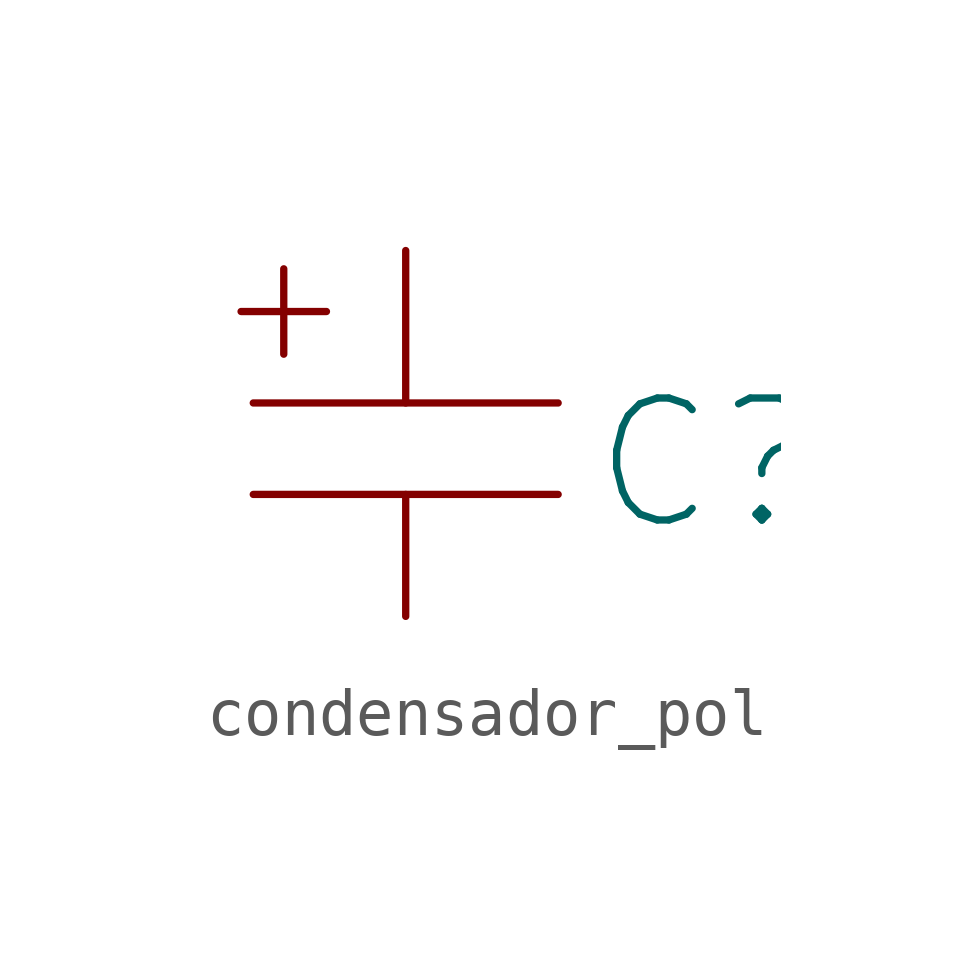
<source format=kicad_sym>
(kicad_symbol_lib
  (version 20231120)
  (generator "kicad_symbol_editor")
  (generator_version "8.0")
  (symbol "condensador_pol"
    (pin_names
      (offset 1.016))
    (property "Reference" "C"
      (at 3.81 -4.445 0)
      (effects (font (size 2.54 2.54)) (justify left)))
    (symbol "condensador_pol_0_1"
      (polyline (pts (xy -3.175 -3.175) (xy 3.175 -3.175)) (stroke (width 0) (type default)) (fill (type none)))
      (polyline (pts (xy -2.54 -0.381) (xy -2.54 -2.159)) (stroke (width 0) (type default)) (fill (type none)))
      (polyline (pts (xy -1.651 -1.27) (xy -3.429 -1.27)) (stroke (width 0) (type default)) (fill (type none)))
      (polyline (pts (xy 3.175 -5.08) (xy -3.175 -5.08)) (stroke (width 0) (type default)) (fill (type none))))
    (symbol "condensador_pol_1_1"
      (pin input line (at 0 -7.62 90) (length 2.54) (name "" (effects (font (size 1.27 1.27)))) (number "" (effects (font (size 1.143 1.143)))))
      (pin input line (at 0 0 270) (length 3.175) (name "" (effects (font (size 1.27 1.27)))) (number "" (effects (font (size 1.143 1.143))))))))
</source>
